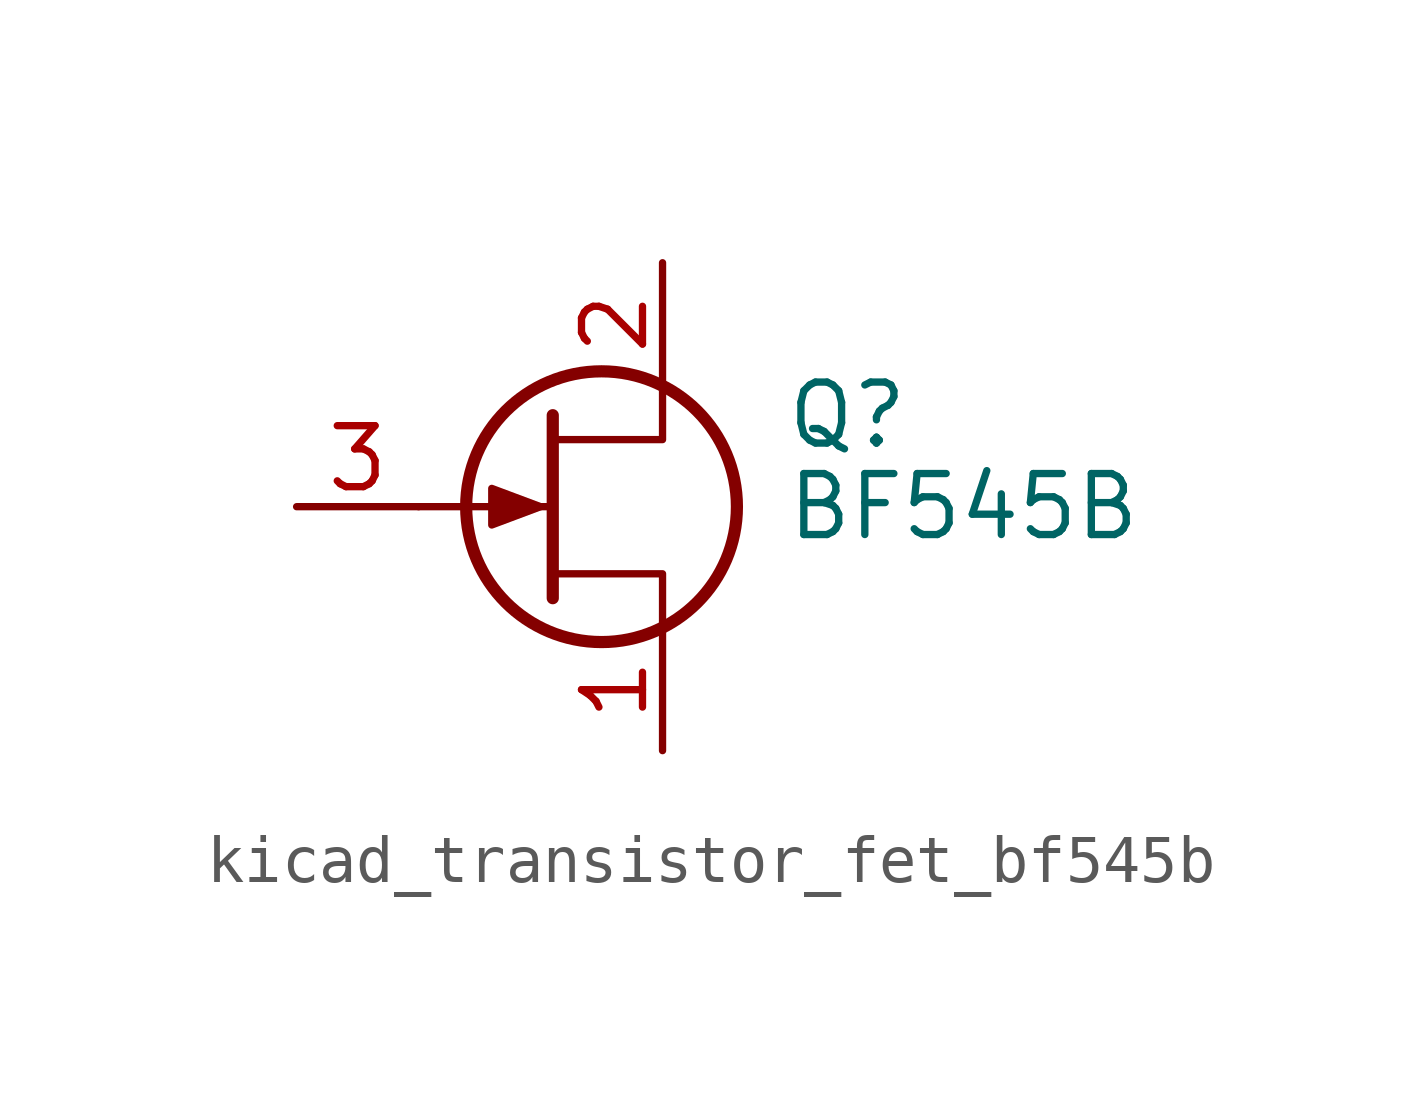
<source format=kicad_sym>
(kicad_symbol_lib
  (version 20220914)
  (generator kicad_symbol_editor)
  (symbol "kicad_transistor_fet_bf545b"
    (pin_names hide)
    (property "Reference" "Q"
      (at 5.08 1.905 0)
      (effects (font (size 1.27 1.27)) (justify left)))
    (property "Value" "BF545B"
      (at 5.08 0 0)
      (effects (font (size 1.27 1.27)) (justify left)))
    (symbol "kicad_transistor_fet_bf545b_0_1"
      (polyline (pts (xy 0.254 0) (xy -2.54 0)) (stroke (width 0) (type default)) (fill (type none)))
      (polyline (pts (xy 0.254 1.905) (xy 0.254 -1.905)) (stroke (width 0.254) (type default)) (fill (type none)))
      (polyline (pts (xy 2.54 -2.54) (xy 2.54 -1.397) (xy 0.254 -1.397)) (stroke (width 0) (type default)) (fill (type none)))
      (polyline (pts (xy 2.54 2.54) (xy 2.54 1.397) (xy 0.254 1.397)) (stroke (width 0) (type default)) (fill (type none)))
      (polyline (pts (xy 0 0) (xy -1.016 0.381) (xy -1.016 -0.381) (xy 0 0)) (stroke (width 0) (type default)) (fill (type outline)))
      (circle (center 1.27 0) (radius 2.819) (stroke (width 0.254) (type default)) (fill (type none))))
    (symbol "kicad_transistor_fet_bf545b_1_1"
      (pin passive line (at 2.54 -5.08 90) (length 2.54) (name "S" (effects (font (size 1.27 1.27)))) (number "1" (effects (font (size 1.27 1.27)))))
      (pin passive line (at 2.54 5.08 270) (length 2.54) (name "D" (effects (font (size 1.27 1.27)))) (number "2" (effects (font (size 1.27 1.27)))))
      (pin input line (at -5.08 0 0) (length 2.54) (name "G" (effects (font (size 1.27 1.27)))) (number "3" (effects (font (size 1.27 1.27))))))))
</source>
